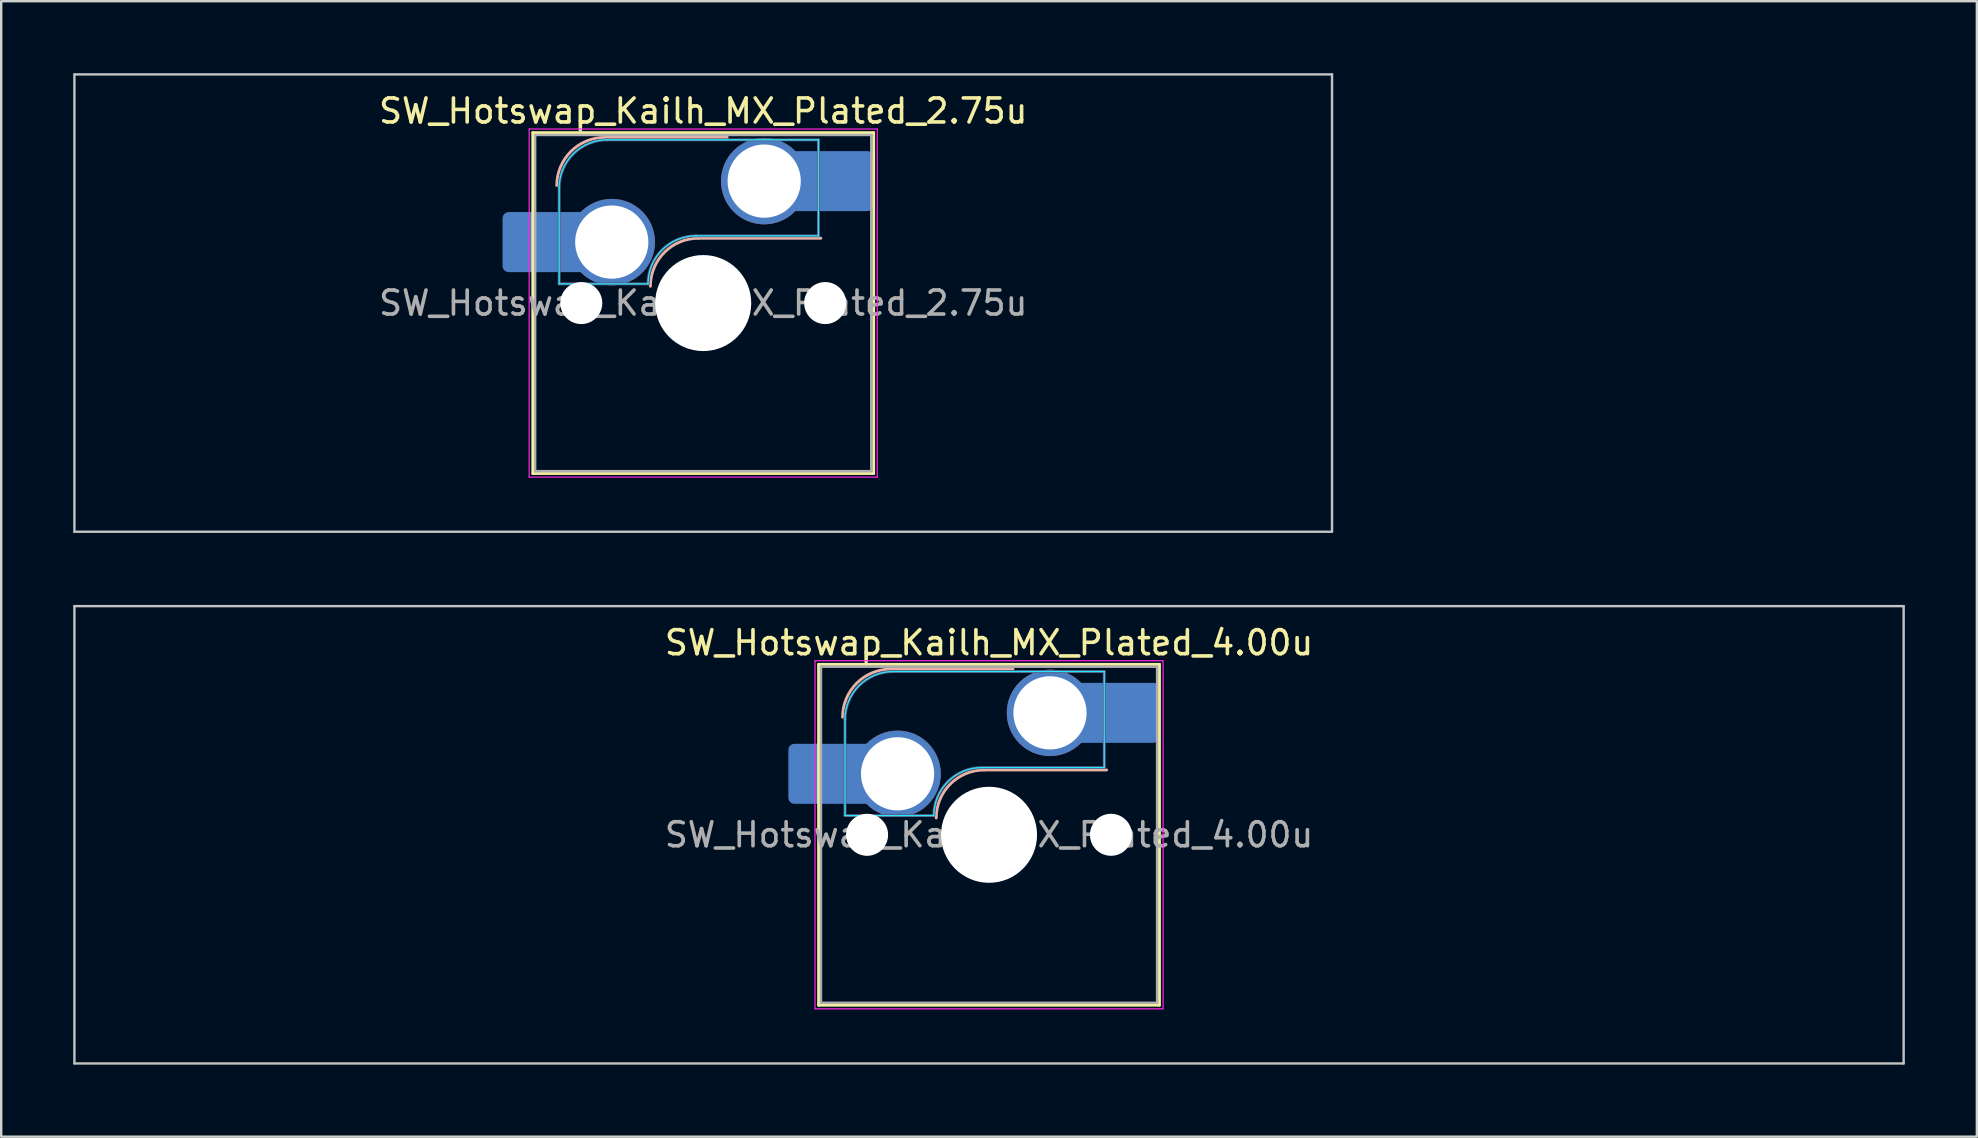
<source format=kicad_pcb>
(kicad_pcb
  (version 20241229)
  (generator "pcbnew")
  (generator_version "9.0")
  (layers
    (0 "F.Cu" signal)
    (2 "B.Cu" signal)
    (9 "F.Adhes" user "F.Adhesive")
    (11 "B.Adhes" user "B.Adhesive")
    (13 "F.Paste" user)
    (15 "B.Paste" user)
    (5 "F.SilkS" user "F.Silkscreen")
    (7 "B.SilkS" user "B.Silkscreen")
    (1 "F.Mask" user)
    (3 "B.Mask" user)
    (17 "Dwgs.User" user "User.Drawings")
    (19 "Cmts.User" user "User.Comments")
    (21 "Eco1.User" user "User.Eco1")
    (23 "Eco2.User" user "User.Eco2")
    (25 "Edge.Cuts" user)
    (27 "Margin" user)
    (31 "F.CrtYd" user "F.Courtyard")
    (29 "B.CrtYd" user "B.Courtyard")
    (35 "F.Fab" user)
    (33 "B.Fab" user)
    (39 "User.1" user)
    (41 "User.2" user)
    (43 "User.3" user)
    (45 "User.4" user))
  (footprint "SW_Hotswap_Kailh_MX_Plated_2.75u"
    (layer "F.Cu")
    (at 26.244 9.575)
    (property "Reference" "SW_Hotswap_Kailh_MX_Plated_2.75u" (at 0 -8 0) (layer "F.SilkS") (effects (font (size 1 1) (thickness 0.15))))
    (attr smd)
    (fp_line (start -7.1 -7.1) (end -7.1 7.1) (stroke (width 0.12) (type solid)) (layer "F.SilkS"))
    (fp_line (start -7.1 7.1) (end 7.1 7.1) (stroke (width 0.12) (type solid)) (layer "F.SilkS"))
    (fp_line (start 7.1 -7.1) (end -7.1 -7.1) (stroke (width 0.12) (type solid)) (layer "F.SilkS"))
    (fp_line (start 7.1 7.1) (end 7.1 -7.1) (stroke (width 0.12) (type solid)) (layer "F.SilkS"))
    (fp_line (start -4.1 -6.9) (end 1 -6.9) (stroke (width 0.12) (type solid)) (layer "B.SilkS"))
    (fp_line (start -0.2 -2.7) (end 4.9 -2.7) (stroke (width 0.12) (type solid)) (layer "B.SilkS"))
    (fp_arc (start -6.1 -4.9) (mid -5.514214 -6.314214) (end -4.1 -6.9) (stroke (width 0.12) (type solid)) (layer "B.SilkS"))
    (fp_arc (start -2.2 -0.7) (mid -1.614214 -2.114214) (end -0.2 -2.7) (stroke (width 0.12) (type solid)) (layer "B.SilkS"))
    (fp_line (start -26.194 -9.525) (end -26.194 9.525) (stroke (width 0.1) (type solid)) (layer "Dwgs.User"))
    (fp_line (start -26.194 9.525) (end 26.194 9.525) (stroke (width 0.1) (type solid)) (layer "Dwgs.User"))
    (fp_line (start 26.194 -9.525) (end -26.194 -9.525) (stroke (width 0.1) (type solid)) (layer "Dwgs.User"))
    (fp_line (start 26.194 9.525) (end 26.194 -9.525) (stroke (width 0.1) (type solid)) (layer "Dwgs.User"))
    (fp_line (start -7.8 -6) (end -7 -6) (stroke (width 0.1) (type solid)) (layer "Eco1.User"))
    (fp_line (start -7.8 -2.9) (end -7.8 -6) (stroke (width 0.1) (type solid)) (layer "Eco1.User"))
    (fp_line (start -7.8 2.9) (end -7 2.9) (stroke (width 0.1) (type solid)) (layer "Eco1.User"))
    (fp_line (start -7.8 6) (end -7.8 2.9) (stroke (width 0.1) (type solid)) (layer "Eco1.User"))
    (fp_line (start -7 -7) (end 7 -7) (stroke (width 0.1) (type solid)) (layer "Eco1.User"))
    (fp_line (start -7 -6) (end -7 -7) (stroke (width 0.1) (type solid)) (layer "Eco1.User"))
    (fp_line (start -7 -2.9) (end -7.8 -2.9) (stroke (width 0.1) (type solid)) (layer "Eco1.User"))
    (fp_line (start -7 2.9) (end -7 -2.9) (stroke (width 0.1) (type solid)) (layer "Eco1.User"))
    (fp_line (start -7 6) (end -7.8 6) (stroke (width 0.1) (type solid)) (layer "Eco1.User"))
    (fp_line (start -7 7) (end -7 6) (stroke (width 0.1) (type solid)) (layer "Eco1.User"))
    (fp_line (start 7 -7) (end 7 -6) (stroke (width 0.1) (type solid)) (layer "Eco1.User"))
    (fp_line (start 7 -6) (end 7.8 -6) (stroke (width 0.1) (type solid)) (layer "Eco1.User"))
    (fp_line (start 7 -2.9) (end 7 2.9) (stroke (width 0.1) (type solid)) (layer "Eco1.User"))
    (fp_line (start 7 2.9) (end 7.8 2.9) (stroke (width 0.1) (type solid)) (layer "Eco1.User"))
    (fp_line (start 7 6) (end 7 7) (stroke (width 0.1) (type solid)) (layer "Eco1.User"))
    (fp_line (start 7 7) (end -7 7) (stroke (width 0.1) (type solid)) (layer "Eco1.User"))
    (fp_line (start 7.8 -6) (end 7.8 -2.9) (stroke (width 0.1) (type solid)) (layer "Eco1.User"))
    (fp_line (start 7.8 -2.9) (end 7 -2.9) (stroke (width 0.1) (type solid)) (layer "Eco1.User"))
    (fp_line (start 7.8 2.9) (end 7.8 6) (stroke (width 0.1) (type solid)) (layer "Eco1.User"))
    (fp_line (start 7.8 6) (end 7 6) (stroke (width 0.1) (type solid)) (layer "Eco1.User"))
    (fp_line (start -6 -0.8) (end -6 -4.8) (stroke (width 0.05) (type solid)) (layer "B.CrtYd"))
    (fp_line (start -6 -0.8) (end -2.3 -0.8) (stroke (width 0.05) (type solid)) (layer "B.CrtYd"))
    (fp_line (start -4 -6.8) (end 4.8 -6.8) (stroke (width 0.05) (type solid)) (layer "B.CrtYd"))
    (fp_line (start -0.3 -2.8) (end 4.8 -2.8) (stroke (width 0.05) (type solid)) (layer "B.CrtYd"))
    (fp_line (start 4.8 -6.8) (end 4.8 -2.8) (stroke (width 0.05) (type solid)) (layer "B.CrtYd"))
    (fp_arc (start -6 -4.8) (mid -5.414214 -6.214214) (end -4 -6.8) (stroke (width 0.05) (type solid)) (layer "B.CrtYd"))
    (fp_arc (start -2.3 -0.8) (mid -1.714214 -2.214214) (end -0.3 -2.8) (stroke (width 0.05) (type solid)) (layer "B.CrtYd"))
    (fp_line (start -7.25 -7.25) (end -7.25 7.25) (stroke (width 0.05) (type solid)) (layer "F.CrtYd"))
    (fp_line (start -7.25 7.25) (end 7.25 7.25) (stroke (width 0.05) (type solid)) (layer "F.CrtYd"))
    (fp_line (start 7.25 -7.25) (end -7.25 -7.25) (stroke (width 0.05) (type solid)) (layer "F.CrtYd"))
    (fp_line (start 7.25 7.25) (end 7.25 -7.25) (stroke (width 0.05) (type solid)) (layer "F.CrtYd"))
    (fp_line (start -6 -0.8) (end -6 -4.8) (stroke (width 0.12) (type solid)) (layer "B.Fab"))
    (fp_line (start -6 -0.8) (end -2.3 -0.8) (stroke (width 0.12) (type solid)) (layer "B.Fab"))
    (fp_line (start -4 -6.8) (end 4.8 -6.8) (stroke (width 0.12) (type solid)) (layer "B.Fab"))
    (fp_line (start -0.3 -2.8) (end 4.8 -2.8) (stroke (width 0.12) (type solid)) (layer "B.Fab"))
    (fp_line (start 4.8 -6.8) (end 4.8 -2.8) (stroke (width 0.12) (type solid)) (layer "B.Fab"))
    (fp_arc (start -6 -4.8) (mid -5.414214 -6.214214) (end -4 -6.8) (stroke (width 0.12) (type solid)) (layer "B.Fab"))
    (fp_arc (start -2.3 -0.8) (mid -1.714214 -2.214214) (end -0.3 -2.8) (stroke (width 0.12) (type solid)) (layer "B.Fab"))
    (fp_line (start -7 -7) (end -7 7) (stroke (width 0.1) (type solid)) (layer "F.Fab"))
    (fp_line (start -7 7) (end 7 7) (stroke (width 0.1) (type solid)) (layer "F.Fab"))
    (fp_line (start 7 -7) (end -7 -7) (stroke (width 0.1) (type solid)) (layer "F.Fab"))
    (fp_line (start 7 7) (end 7 -7) (stroke (width 0.1) (type solid)) (layer "F.Fab"))
    (fp_text user "${REFERENCE}" (at 0 0 0) (layer "F.Fab") (effects (font (size 1 1) (thickness 0.15))))
    (pad "" smd roundrect (at -7.085 -2.54) (size 2.55 2.5) (layers "B.Mask" "B.Paste") (roundrect_rratio 0.1))
    (pad "" np_thru_hole circle (at -5.08 0) (size 1.75 1.75) (drill 1.75) (layers "*.Cu" "*.Mask"))
    (pad "" np_thru_hole circle (at 0 0) (size 4 4) (drill 4) (layers "*.Cu" "*.Mask"))
    (pad "" np_thru_hole circle (at 5.08 0) (size 1.75 1.75) (drill 1.75) (layers "*.Cu" "*.Mask"))
    (pad "" smd roundrect (at 5.842 -5.08) (size 2.55 2.5) (layers "B.Mask" "B.Paste") (roundrect_rratio 0.1))
    (pad "1" smd roundrect (at -6.585 -2.54) (size 3.55 2.5) (layers "B.Cu") (roundrect_rratio 0.1))
    (pad "1" thru_hole circle (at -3.81 -2.54) (size 3.6 3.6) (drill 3.05) (layers "*.Cu" "*.Mask"))
    (pad "2" thru_hole circle (at 2.54 -5.08) (size 3.6 3.6) (drill 3.05) (layers "*.Cu" "*.Mask"))
    (pad "2" smd roundrect (at 5.32 -5.08) (size 3.55 2.5) (layers "B.Cu") (roundrect_rratio 0.1)))
  (footprint "SW_Hotswap_Kailh_MX_Plated_4.00u"
    (layer "F.Cu")
    (at 38.15 31.725)
    (property "Reference" "SW_Hotswap_Kailh_MX_Plated_4.00u" (at 0 -8 0) (layer "F.SilkS") (effects (font (size 1 1) (thickness 0.15))))
    (attr smd)
    (fp_line (start -7.1 -7.1) (end -7.1 7.1) (stroke (width 0.12) (type solid)) (layer "F.SilkS"))
    (fp_line (start -7.1 7.1) (end 7.1 7.1) (stroke (width 0.12) (type solid)) (layer "F.SilkS"))
    (fp_line (start 7.1 -7.1) (end -7.1 -7.1) (stroke (width 0.12) (type solid)) (layer "F.SilkS"))
    (fp_line (start 7.1 7.1) (end 7.1 -7.1) (stroke (width 0.12) (type solid)) (layer "F.SilkS"))
    (fp_line (start -4.1 -6.9) (end 1 -6.9) (stroke (width 0.12) (type solid)) (layer "B.SilkS"))
    (fp_line (start -0.2 -2.7) (end 4.9 -2.7) (stroke (width 0.12) (type solid)) (layer "B.SilkS"))
    (fp_arc (start -6.1 -4.9) (mid -5.514214 -6.314214) (end -4.1 -6.9) (stroke (width 0.12) (type solid)) (layer "B.SilkS"))
    (fp_arc (start -2.2 -0.7) (mid -1.614214 -2.114214) (end -0.2 -2.7) (stroke (width 0.12) (type solid)) (layer "B.SilkS"))
    (fp_line (start -38.1 -9.525) (end -38.1 9.525) (stroke (width 0.1) (type solid)) (layer "Dwgs.User"))
    (fp_line (start -38.1 9.525) (end 38.1 9.525) (stroke (width 0.1) (type solid)) (layer "Dwgs.User"))
    (fp_line (start 38.1 -9.525) (end -38.1 -9.525) (stroke (width 0.1) (type solid)) (layer "Dwgs.User"))
    (fp_line (start 38.1 9.525) (end 38.1 -9.525) (stroke (width 0.1) (type solid)) (layer "Dwgs.User"))
    (fp_line (start -7.8 -6) (end -7 -6) (stroke (width 0.1) (type solid)) (layer "Eco1.User"))
    (fp_line (start -7.8 -2.9) (end -7.8 -6) (stroke (width 0.1) (type solid)) (layer "Eco1.User"))
    (fp_line (start -7.8 2.9) (end -7 2.9) (stroke (width 0.1) (type solid)) (layer "Eco1.User"))
    (fp_line (start -7.8 6) (end -7.8 2.9) (stroke (width 0.1) (type solid)) (layer "Eco1.User"))
    (fp_line (start -7 -7) (end 7 -7) (stroke (width 0.1) (type solid)) (layer "Eco1.User"))
    (fp_line (start -7 -6) (end -7 -7) (stroke (width 0.1) (type solid)) (layer "Eco1.User"))
    (fp_line (start -7 -2.9) (end -7.8 -2.9) (stroke (width 0.1) (type solid)) (layer "Eco1.User"))
    (fp_line (start -7 2.9) (end -7 -2.9) (stroke (width 0.1) (type solid)) (layer "Eco1.User"))
    (fp_line (start -7 6) (end -7.8 6) (stroke (width 0.1) (type solid)) (layer "Eco1.User"))
    (fp_line (start -7 7) (end -7 6) (stroke (width 0.1) (type solid)) (layer "Eco1.User"))
    (fp_line (start 7 -7) (end 7 -6) (stroke (width 0.1) (type solid)) (layer "Eco1.User"))
    (fp_line (start 7 -6) (end 7.8 -6) (stroke (width 0.1) (type solid)) (layer "Eco1.User"))
    (fp_line (start 7 -2.9) (end 7 2.9) (stroke (width 0.1) (type solid)) (layer "Eco1.User"))
    (fp_line (start 7 2.9) (end 7.8 2.9) (stroke (width 0.1) (type solid)) (layer "Eco1.User"))
    (fp_line (start 7 6) (end 7 7) (stroke (width 0.1) (type solid)) (layer "Eco1.User"))
    (fp_line (start 7 7) (end -7 7) (stroke (width 0.1) (type solid)) (layer "Eco1.User"))
    (fp_line (start 7.8 -6) (end 7.8 -2.9) (stroke (width 0.1) (type solid)) (layer "Eco1.User"))
    (fp_line (start 7.8 -2.9) (end 7 -2.9) (stroke (width 0.1) (type solid)) (layer "Eco1.User"))
    (fp_line (start 7.8 2.9) (end 7.8 6) (stroke (width 0.1) (type solid)) (layer "Eco1.User"))
    (fp_line (start 7.8 6) (end 7 6) (stroke (width 0.1) (type solid)) (layer "Eco1.User"))
    (fp_line (start -6 -0.8) (end -6 -4.8) (stroke (width 0.05) (type solid)) (layer "B.CrtYd"))
    (fp_line (start -6 -0.8) (end -2.3 -0.8) (stroke (width 0.05) (type solid)) (layer "B.CrtYd"))
    (fp_line (start -4 -6.8) (end 4.8 -6.8) (stroke (width 0.05) (type solid)) (layer "B.CrtYd"))
    (fp_line (start -0.3 -2.8) (end 4.8 -2.8) (stroke (width 0.05) (type solid)) (layer "B.CrtYd"))
    (fp_line (start 4.8 -6.8) (end 4.8 -2.8) (stroke (width 0.05) (type solid)) (layer "B.CrtYd"))
    (fp_arc (start -6 -4.8) (mid -5.414214 -6.214214) (end -4 -6.8) (stroke (width 0.05) (type solid)) (layer "B.CrtYd"))
    (fp_arc (start -2.3 -0.8) (mid -1.714214 -2.214214) (end -0.3 -2.8) (stroke (width 0.05) (type solid)) (layer "B.CrtYd"))
    (fp_line (start -7.25 -7.25) (end -7.25 7.25) (stroke (width 0.05) (type solid)) (layer "F.CrtYd"))
    (fp_line (start -7.25 7.25) (end 7.25 7.25) (stroke (width 0.05) (type solid)) (layer "F.CrtYd"))
    (fp_line (start 7.25 -7.25) (end -7.25 -7.25) (stroke (width 0.05) (type solid)) (layer "F.CrtYd"))
    (fp_line (start 7.25 7.25) (end 7.25 -7.25) (stroke (width 0.05) (type solid)) (layer "F.CrtYd"))
    (fp_line (start -6 -0.8) (end -6 -4.8) (stroke (width 0.12) (type solid)) (layer "B.Fab"))
    (fp_line (start -6 -0.8) (end -2.3 -0.8) (stroke (width 0.12) (type solid)) (layer "B.Fab"))
    (fp_line (start -4 -6.8) (end 4.8 -6.8) (stroke (width 0.12) (type solid)) (layer "B.Fab"))
    (fp_line (start -0.3 -2.8) (end 4.8 -2.8) (stroke (width 0.12) (type solid)) (layer "B.Fab"))
    (fp_line (start 4.8 -6.8) (end 4.8 -2.8) (stroke (width 0.12) (type solid)) (layer "B.Fab"))
    (fp_arc (start -6 -4.8) (mid -5.414214 -6.214214) (end -4 -6.8) (stroke (width 0.12) (type solid)) (layer "B.Fab"))
    (fp_arc (start -2.3 -0.8) (mid -1.714214 -2.214214) (end -0.3 -2.8) (stroke (width 0.12) (type solid)) (layer "B.Fab"))
    (fp_line (start -7 -7) (end -7 7) (stroke (width 0.1) (type solid)) (layer "F.Fab"))
    (fp_line (start -7 7) (end 7 7) (stroke (width 0.1) (type solid)) (layer "F.Fab"))
    (fp_line (start 7 -7) (end -7 -7) (stroke (width 0.1) (type solid)) (layer "F.Fab"))
    (fp_line (start 7 7) (end 7 -7) (stroke (width 0.1) (type solid)) (layer "F.Fab"))
    (fp_text user "${REFERENCE}" (at 0 0 0) (layer "F.Fab") (effects (font (size 1 1) (thickness 0.15))))
    (pad "" smd roundrect (at -7.085 -2.54) (size 2.55 2.5) (layers "B.Mask" "B.Paste") (roundrect_rratio 0.1))
    (pad "" np_thru_hole circle (at -5.08 0) (size 1.75 1.75) (drill 1.75) (layers "*.Cu" "*.Mask"))
    (pad "" np_thru_hole circle (at 0 0) (size 4 4) (drill 4) (layers "*.Cu" "*.Mask"))
    (pad "" np_thru_hole circle (at 5.08 0) (size 1.75 1.75) (drill 1.75) (layers "*.Cu" "*.Mask"))
    (pad "" smd roundrect (at 5.842 -5.08) (size 2.55 2.5) (layers "B.Mask" "B.Paste") (roundrect_rratio 0.1))
    (pad "1" smd roundrect (at -6.585 -2.54) (size 3.55 2.5) (layers "B.Cu") (roundrect_rratio 0.1))
    (pad "1" thru_hole circle (at -3.81 -2.54) (size 3.6 3.6) (drill 3.05) (layers "*.Cu" "*.Mask"))
    (pad "2" thru_hole circle (at 2.54 -5.08) (size 3.6 3.6) (drill 3.05) (layers "*.Cu" "*.Mask"))
    (pad "2" smd roundrect (at 5.32 -5.08) (size 3.55 2.5) (layers "B.Cu") (roundrect_rratio 0.1)))
  (gr_rect
    (start -3 -3)
    (end 79.3 44.3)
    (stroke (width 0.1) (type default))
    (fill no)
    (layer "Edge.Cuts")))
</source>
